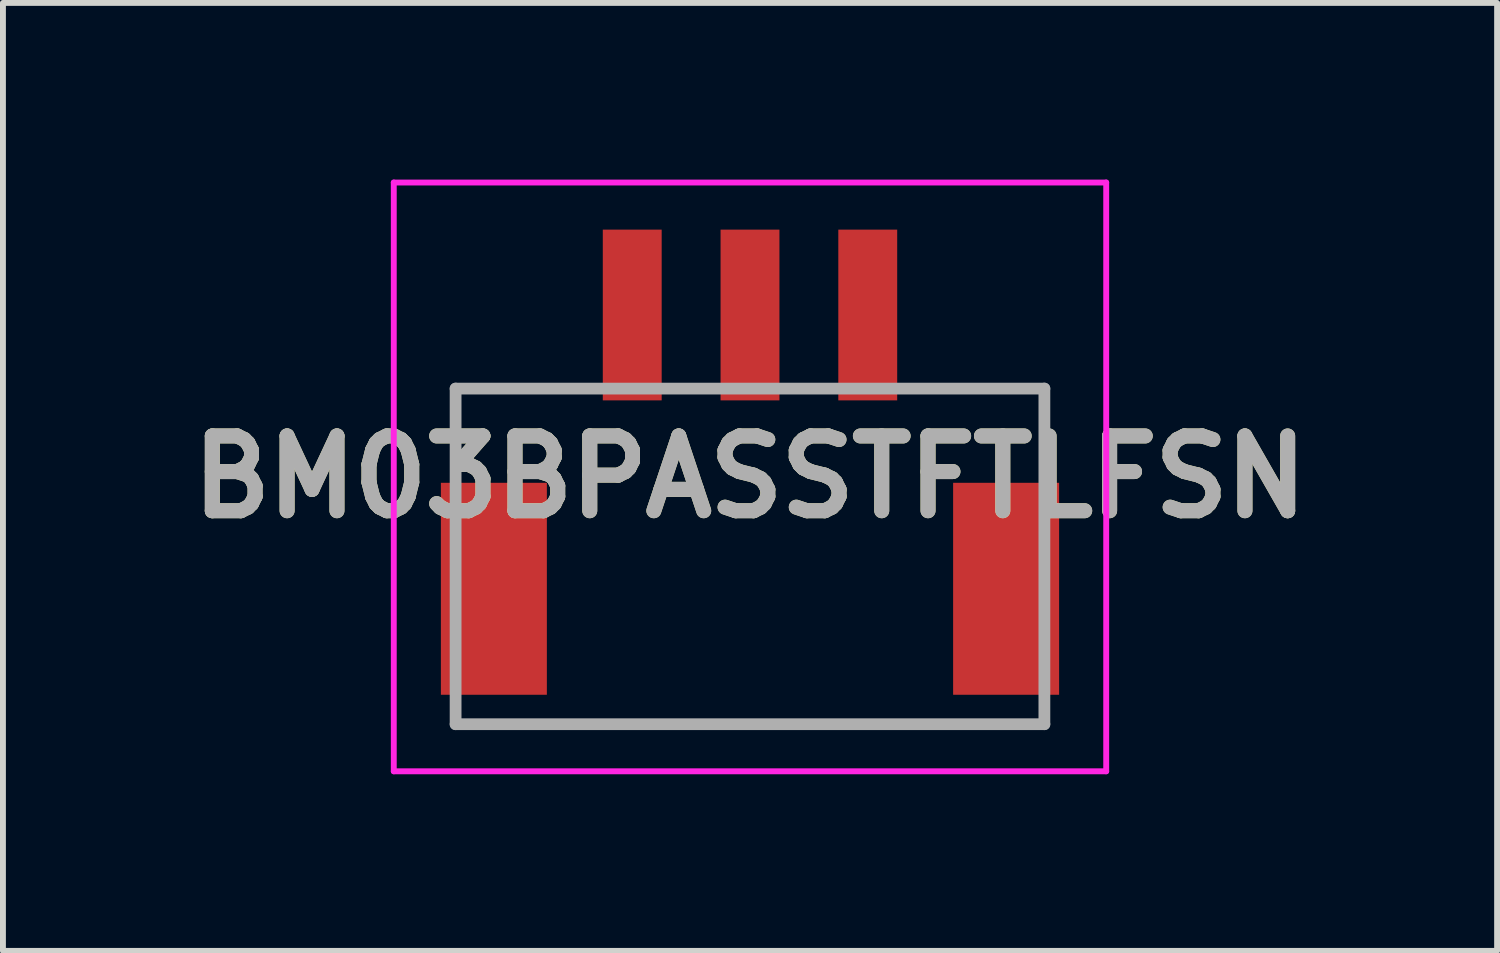
<source format=kicad_pcb>
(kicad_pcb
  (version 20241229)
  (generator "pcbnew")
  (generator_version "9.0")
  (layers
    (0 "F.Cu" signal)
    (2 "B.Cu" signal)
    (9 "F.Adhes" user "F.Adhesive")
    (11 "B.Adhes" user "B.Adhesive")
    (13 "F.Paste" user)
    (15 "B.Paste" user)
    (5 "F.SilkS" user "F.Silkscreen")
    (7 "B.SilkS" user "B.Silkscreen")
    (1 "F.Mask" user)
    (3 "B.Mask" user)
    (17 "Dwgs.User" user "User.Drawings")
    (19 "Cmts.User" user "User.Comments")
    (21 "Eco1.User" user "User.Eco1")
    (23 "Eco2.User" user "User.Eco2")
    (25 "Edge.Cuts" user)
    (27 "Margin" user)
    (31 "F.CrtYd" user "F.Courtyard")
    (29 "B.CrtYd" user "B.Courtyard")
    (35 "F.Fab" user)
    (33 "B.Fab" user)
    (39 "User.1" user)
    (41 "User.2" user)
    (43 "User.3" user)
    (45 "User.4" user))
  (footprint "BM03BPASSTFTLFSN"
    (layer "F.Cu")
    (at 9.688 5.775)
    (property "Reference" "BM03BPASSTFTLFSN" (at 0 -0.725 0) (layer "F.SilkS") (effects (font (size 1.27 1.27) (thickness 0.254))))
    (attr smd)
    (fp_line (start -5 -2.225) (end -3.5 -2.225) (stroke (width 0.1) (type solid)) (layer "F.SilkS"))
    (fp_line (start -5 -1.225) (end -5 -2.225) (stroke (width 0.1) (type solid)) (layer "F.SilkS"))
    (fp_line (start -5 3.475) (end 5 3.475) (stroke (width 0.1) (type solid)) (layer "F.SilkS"))
    (fp_line (start 5 -2.225) (end 3.5 -2.225) (stroke (width 0.1) (type solid)) (layer "F.SilkS"))
    (fp_line (start 5 -1.225) (end 5 -2.225) (stroke (width 0.1) (type solid)) (layer "F.SilkS"))
    (fp_line (start -6.05 -5.725) (end 6.05 -5.725) (stroke (width 0.1) (type solid)) (layer "F.CrtYd"))
    (fp_line (start -6.05 4.275) (end -6.05 -5.725) (stroke (width 0.1) (type solid)) (layer "F.CrtYd"))
    (fp_line (start 6.05 -5.725) (end 6.05 4.275) (stroke (width 0.1) (type solid)) (layer "F.CrtYd"))
    (fp_line (start 6.05 4.275) (end -6.05 4.275) (stroke (width 0.1) (type solid)) (layer "F.CrtYd"))
    (fp_line (start -5 -2.225) (end 5 -2.225) (stroke (width 0.2) (type solid)) (layer "F.Fab"))
    (fp_line (start -5 3.475) (end -5 -2.225) (stroke (width 0.2) (type solid)) (layer "F.Fab"))
    (fp_line (start 5 -2.225) (end 5 3.475) (stroke (width 0.2) (type solid)) (layer "F.Fab"))
    (fp_line (start 5 3.475) (end -5 3.475) (stroke (width 0.2) (type solid)) (layer "F.Fab"))
    (fp_text user "${REFERENCE}" (at 0 -0.725 0) (layer "F.Fab") (effects (font (size 1.27 1.27) (thickness 0.254))))
    (pad "1" smd rect (at -2 -3.475) (size 1 2.9) (layers "F.Cu" "F.Mask" "F.Paste"))
    (pad "2" smd rect (at 0 -3.475) (size 1 2.9) (layers "F.Cu" "F.Mask" "F.Paste"))
    (pad "3" smd rect (at 2 -3.475) (size 1 2.9) (layers "F.Cu" "F.Mask" "F.Paste"))
    (pad "MP1" smd rect (at -4.35 1.175) (size 1.8 3.6) (layers "F.Cu" "F.Mask" "F.Paste"))
    (pad "MP2" smd rect (at 4.35 1.175) (size 1.8 3.6) (layers "F.Cu" "F.Mask" "F.Paste")))
  (gr_rect
    (start -3 -3)
    (end 22.377 13.1)
    (stroke (width 0.1) (type default))
    (fill no)
    (layer "Edge.Cuts")))
</source>
